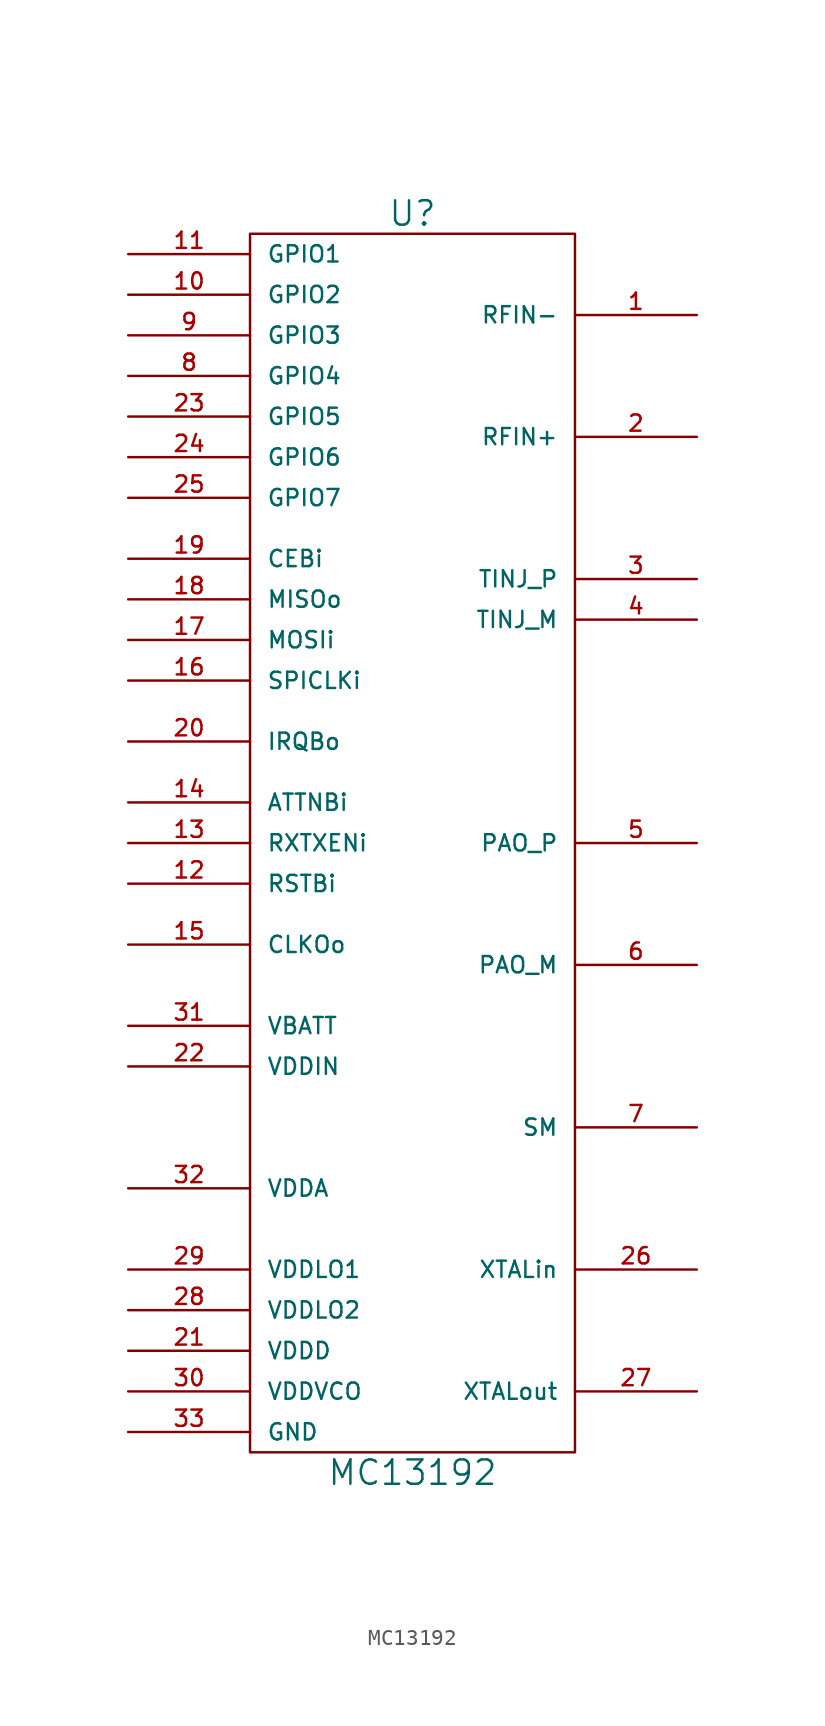
<source format=kicad_sym>
(kicad_symbol_lib
  (version 20211014)
  (generator kicad_symbol_editor)
  (symbol "MC13192"
    (pin_names
      (offset 1.016))
    (property "Reference" "U"
      (at 0 39.37 0)
      (effects (font (size 1.524 1.524))))
    (property "Value" "MC13192"
      (at 0 -39.37 0)
      (effects (font (size 1.524 1.524))))
    (property "Footprint" ""
      (at 0 0 0)
      (effects (font (size 1.524 1.524))))
    (property "Datasheet" ""
      (at 0 0 0)
      (effects (font (size 1.524 1.524))))
    (symbol "MC13192_0_1"
      (rectangle (start -10.16 38.1) (end 10.16 -38.1) (stroke (width 0) (type default) (color 0 0 0 0)) (fill (type none))))
    (symbol "MC13192_1_1"
      (pin input line (at 17.78 33.02 180) (length 7.62) (name "RFIN-" (effects (font (size 1.016 1.016)))) (number "1" (effects (font (size 1.016 1.016)))))
      (pin bidirectional line (at -17.78 34.29 0) (length 7.62) (name "GPIO2" (effects (font (size 1.016 1.016)))) (number "10" (effects (font (size 1.016 1.016)))))
      (pin bidirectional line (at -17.78 36.83 0) (length 7.62) (name "GPIO1" (effects (font (size 1.016 1.016)))) (number "11" (effects (font (size 1.016 1.016)))))
      (pin input line (at -17.78 -2.54 0) (length 7.62) (name "RSTBi" (effects (font (size 1.016 1.016)))) (number "12" (effects (font (size 1.016 1.016)))))
      (pin input line (at -17.78 0 0) (length 7.62) (name "RXTXENi" (effects (font (size 1.016 1.016)))) (number "13" (effects (font (size 1.016 1.016)))))
      (pin input line (at -17.78 2.54 0) (length 7.62) (name "ATTNBi" (effects (font (size 1.016 1.016)))) (number "14" (effects (font (size 1.016 1.016)))))
      (pin output line (at -17.78 -6.35 0) (length 7.62) (name "CLKOo" (effects (font (size 1.016 1.016)))) (number "15" (effects (font (size 1.016 1.016)))))
      (pin input line (at -17.78 10.16 0) (length 7.62) (name "SPICLKi" (effects (font (size 1.016 1.016)))) (number "16" (effects (font (size 1.016 1.016)))))
      (pin input line (at -17.78 12.7 0) (length 7.62) (name "MOSIi" (effects (font (size 1.016 1.016)))) (number "17" (effects (font (size 1.016 1.016)))))
      (pin tri_state line (at -17.78 15.24 0) (length 7.62) (name "MISOo" (effects (font (size 1.016 1.016)))) (number "18" (effects (font (size 1.016 1.016)))))
      (pin input line (at -17.78 17.78 0) (length 7.62) (name "CEBi" (effects (font (size 1.016 1.016)))) (number "19" (effects (font (size 1.016 1.016)))))
      (pin input line (at 17.78 25.4 180) (length 7.62) (name "RFIN+" (effects (font (size 1.016 1.016)))) (number "2" (effects (font (size 1.016 1.016)))))
      (pin open_collector line (at -17.78 6.35 0) (length 7.62) (name "IRQBo" (effects (font (size 1.016 1.016)))) (number "20" (effects (font (size 1.016 1.016)))))
      (pin power_out line (at -17.78 -31.75 0) (length 7.62) (name "VDDD" (effects (font (size 1.016 1.016)))) (number "21" (effects (font (size 1.016 1.016)))))
      (pin power_in line (at -17.78 -13.97 0) (length 7.62) (name "VDDIN" (effects (font (size 1.016 1.016)))) (number "22" (effects (font (size 1.016 1.016)))))
      (pin bidirectional line (at -17.78 26.67 0) (length 7.62) (name "GPIO5" (effects (font (size 1.016 1.016)))) (number "23" (effects (font (size 1.016 1.016)))))
      (pin bidirectional line (at -17.78 24.13 0) (length 7.62) (name "GPIO6" (effects (font (size 1.016 1.016)))) (number "24" (effects (font (size 1.016 1.016)))))
      (pin bidirectional line (at -17.78 21.59 0) (length 7.62) (name "GPIO7" (effects (font (size 1.016 1.016)))) (number "25" (effects (font (size 1.016 1.016)))))
      (pin input line (at 17.78 -26.67 180) (length 7.62) (name "XTALin" (effects (font (size 1.016 1.016)))) (number "26" (effects (font (size 1.016 1.016)))))
      (pin output line (at 17.78 -34.29 180) (length 7.62) (name "XTALout" (effects (font (size 1.016 1.016)))) (number "27" (effects (font (size 1.016 1.016)))))
      (pin power_in line (at -17.78 -29.21 0) (length 7.62) (name "VDDLO2" (effects (font (size 1.016 1.016)))) (number "28" (effects (font (size 1.016 1.016)))))
      (pin power_in line (at -17.78 -26.67 0) (length 7.62) (name "VDDLO1" (effects (font (size 1.016 1.016)))) (number "29" (effects (font (size 1.016 1.016)))))
      (pin input line (at 17.78 16.51 180) (length 7.62) (name "TINJ_P" (effects (font (size 1.016 1.016)))) (number "3" (effects (font (size 1.016 1.016)))))
      (pin power_out line (at -17.78 -34.29 0) (length 7.62) (name "VDDVCO" (effects (font (size 1.016 1.016)))) (number "30" (effects (font (size 1.016 1.016)))))
      (pin input line (at -17.78 -11.43 0) (length 7.62) (name "VBATT" (effects (font (size 1.016 1.016)))) (number "31" (effects (font (size 1.016 1.016)))))
      (pin power_out line (at -17.78 -21.59 0) (length 7.62) (name "VDDA" (effects (font (size 1.016 1.016)))) (number "32" (effects (font (size 1.016 1.016)))))
      (pin power_in line (at -17.78 -36.83 0) (length 7.62) (name "GND" (effects (font (size 1.016 1.016)))) (number "33" (effects (font (size 1.016 1.016)))))
      (pin input line (at 17.78 13.97 180) (length 7.62) (name "TINJ_M" (effects (font (size 1.016 1.016)))) (number "4" (effects (font (size 1.016 1.016)))))
      (pin open_collector line (at 17.78 0 180) (length 7.62) (name "PAO_P" (effects (font (size 1.016 1.016)))) (number "5" (effects (font (size 1.016 1.016)))))
      (pin open_collector line (at 17.78 -7.62 180) (length 7.62) (name "PAO_M" (effects (font (size 1.016 1.016)))) (number "6" (effects (font (size 1.016 1.016)))))
      (pin input line (at 17.78 -17.78 180) (length 7.62) (name "SM" (effects (font (size 1.016 1.016)))) (number "7" (effects (font (size 1.016 1.016)))))
      (pin bidirectional line (at -17.78 29.21 0) (length 7.62) (name "GPIO4" (effects (font (size 1.016 1.016)))) (number "8" (effects (font (size 1.016 1.016)))))
      (pin bidirectional line (at -17.78 31.75 0) (length 7.62) (name "GPIO3" (effects (font (size 1.016 1.016)))) (number "9" (effects (font (size 1.016 1.016))))))))
</source>
